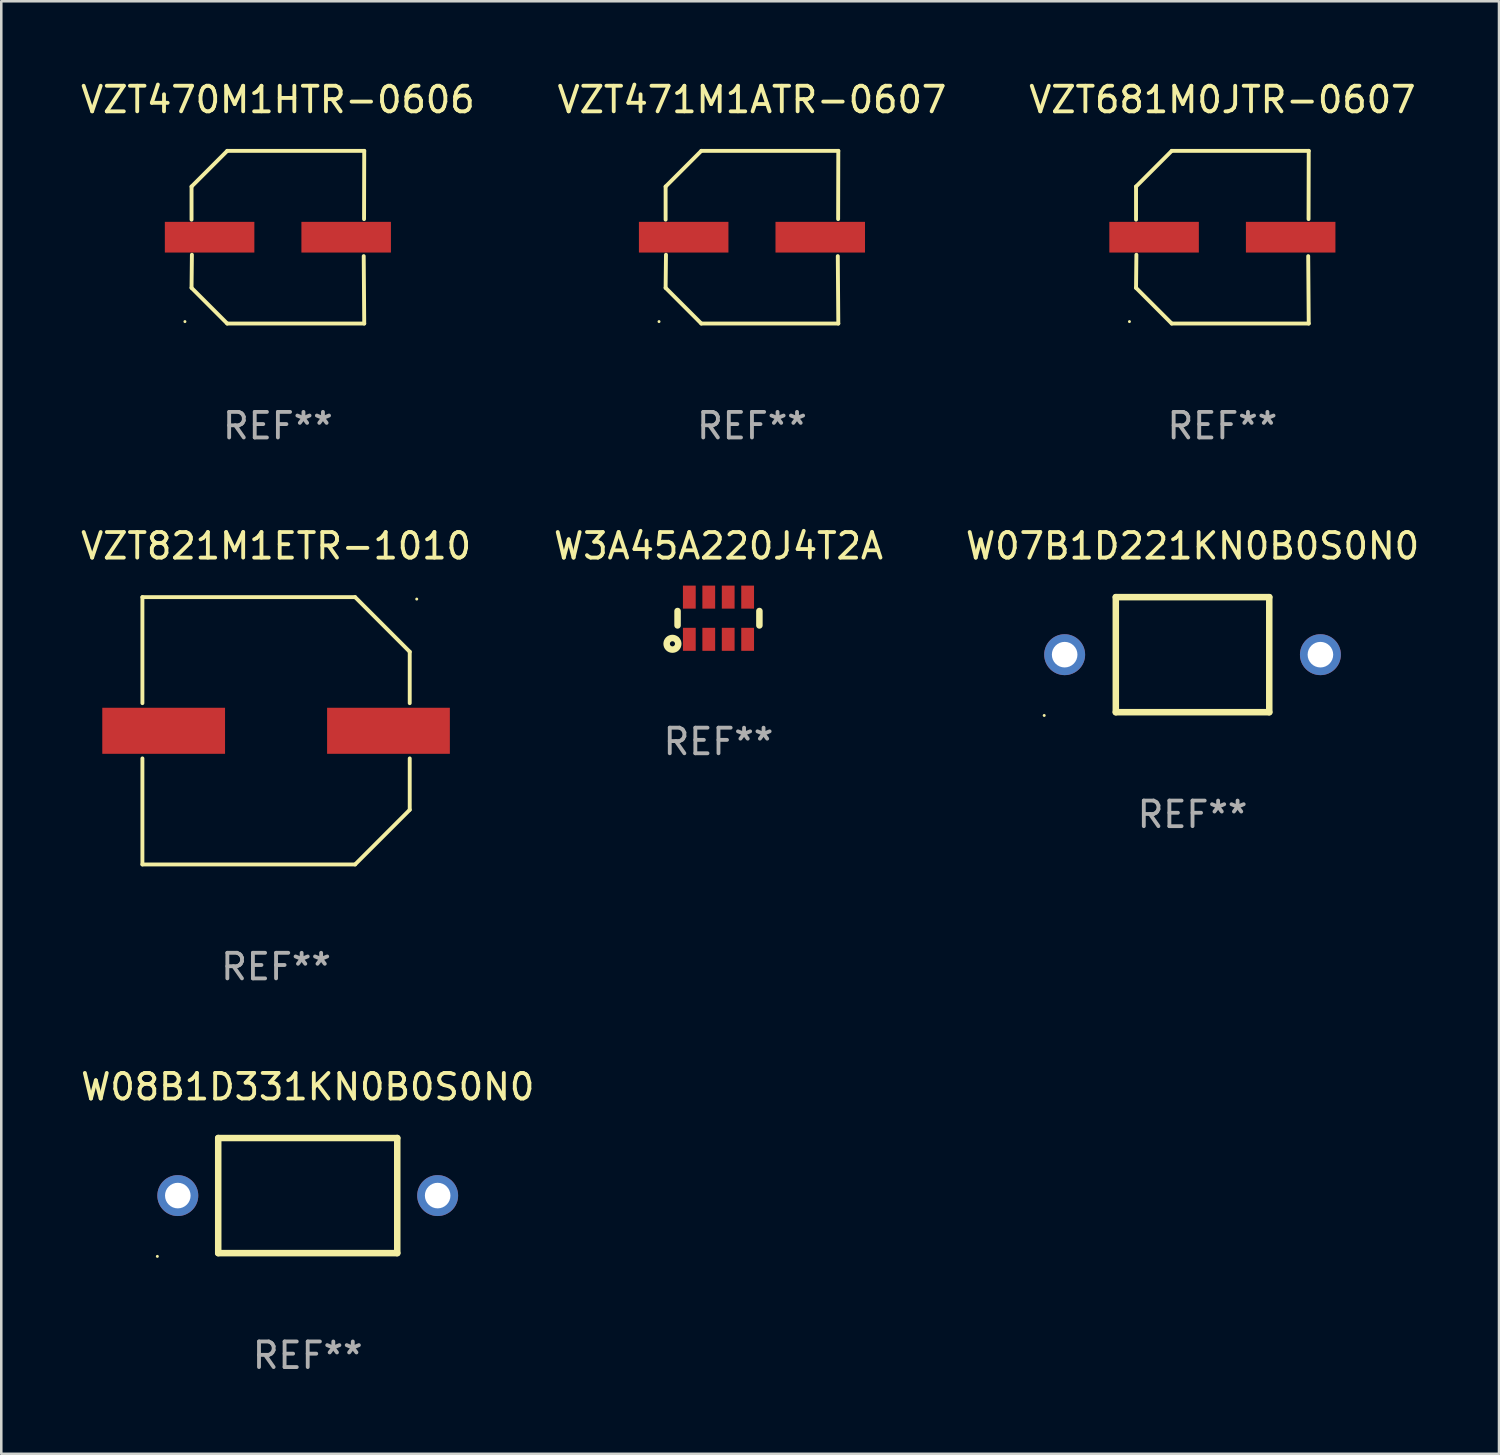
<source format=kicad_pcb>
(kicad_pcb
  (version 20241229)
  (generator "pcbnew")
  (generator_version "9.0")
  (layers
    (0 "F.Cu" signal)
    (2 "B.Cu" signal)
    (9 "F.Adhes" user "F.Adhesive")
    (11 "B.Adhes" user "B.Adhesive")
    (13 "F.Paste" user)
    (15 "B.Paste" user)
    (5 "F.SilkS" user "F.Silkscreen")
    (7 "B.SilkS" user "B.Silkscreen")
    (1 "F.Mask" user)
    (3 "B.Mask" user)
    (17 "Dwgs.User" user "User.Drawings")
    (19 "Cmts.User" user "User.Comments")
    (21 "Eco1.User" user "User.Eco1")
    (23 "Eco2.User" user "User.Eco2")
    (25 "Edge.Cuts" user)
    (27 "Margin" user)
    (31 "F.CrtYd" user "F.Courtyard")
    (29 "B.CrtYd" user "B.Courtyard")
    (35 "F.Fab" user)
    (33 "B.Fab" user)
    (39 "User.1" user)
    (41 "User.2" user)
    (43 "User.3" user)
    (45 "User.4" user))
  (footprint "VZT681M0JTR-0607"
    (layer "F.Cu")
    (at 44.744 6.224)
    (property "Reference" "VZT681M0JTR-0607" (at 0 -5.376 0) (layer "F.SilkS") (effects (font (size 1 1) (thickness 0.15))))
    (attr through_hole)
    (fp_line (start -3.376 -1.98) (end -3.376 -0.686) (stroke (width 0.152) (type solid)) (layer "F.SilkS"))
    (fp_line (start -3.376 1.981) (end -3.362 0.686) (stroke (width 0.152) (type solid)) (layer "F.SilkS"))
    (fp_line (start -1.981 3.376) (end -3.376 1.981) (stroke (width 0.152) (type solid)) (layer "F.SilkS"))
    (fp_line (start -1.98 -3.376) (end -3.376 -1.98) (stroke (width 0.152) (type solid)) (layer "F.SilkS"))
    (fp_line (start 3.356 0.74) (end 3.376 3.376) (stroke (width 0.152) (type solid)) (layer "F.SilkS"))
    (fp_line (start 3.369 -0.707) (end 3.376 -3.376) (stroke (width 0.152) (type solid)) (layer "F.SilkS"))
    (fp_line (start 3.376 3.376) (end -1.981 3.376) (stroke (width 0.152) (type solid)) (layer "F.SilkS"))
    (fp_line (start 3.376 -3.376) (end -1.98 -3.376) (stroke (width 0.152) (type solid)) (layer "F.SilkS"))
    (fp_circle (center -3.634 3.3) (end -3.604 3.3) (stroke (width 0.06) (type solid)) (fill no) (layer "F.SilkS"))
    (fp_text user "REF**" (at 0 7.376 0) (layer "F.Fab") (effects (font (size 1 1) (thickness 0.15))))
    (pad "1" smd rect (at -2.67 0.000254) (size 3.5 1.2) (layers "F.Cu" "F.Mask" "F.Paste"))
    (pad "2" smd rect (at 2.67 0.000254) (size 3.5 1.2) (layers "F.Cu" "F.Mask" "F.Paste")))
  (footprint "W07B1D221KN0B0S0N0"
    (layer "F.Cu")
    (at 43.577 22.547)
    (property "Reference" "W07B1D221KN0B0S0N0" (at 0 -4.25 0) (layer "F.SilkS") (effects (font (size 1 1) (thickness 0.15))))
    (attr through_hole)
    (fp_line (start -3 -2.25) (end 3 -2.25) (stroke (width 0.254) (type solid)) (layer "F.SilkS"))
    (fp_line (start -3 2.25) (end -3 -2.25) (stroke (width 0.254) (type solid)) (layer "F.SilkS"))
    (fp_line (start 3 -2.25) (end 3 2.25) (stroke (width 0.254) (type solid)) (layer "F.SilkS"))
    (fp_line (start 3 2.25) (end -3 2.25) (stroke (width 0.254) (type solid)) (layer "F.SilkS"))
    (fp_circle (center -5.8 2.377) (end -5.77 2.377) (stroke (width 0.06) (type solid)) (fill no) (layer "F.SilkS"))
    (fp_text user "REF**" (at 0 6.25 0) (layer "F.Fab") (effects (font (size 1 1) (thickness 0.15))))
    (pad "1" thru_hole circle (at -5 0) (size 1.6 1.6) (drill 1) (layers "*.Cu" "*.Mask"))
    (pad "2" thru_hole circle (at 5 0) (size 1.6 1.6) (drill 1) (layers "*.Cu" "*.Mask")))
  (footprint "W08B1D331KN0B0S0N0"
    (layer "F.Cu")
    (at 8.982 43.696)
    (property "Reference" "W08B1D331KN0B0S0N0" (at 0 -4.25 0) (layer "F.SilkS") (effects (font (size 1 1) (thickness 0.15))))
    (attr through_hole)
    (fp_line (start -3.5 -2.25) (end 3.5 -2.25) (stroke (width 0.254) (type solid)) (layer "F.SilkS"))
    (fp_line (start -3.5 2.25) (end -3.5 -2.25) (stroke (width 0.254) (type solid)) (layer "F.SilkS"))
    (fp_line (start 3.5 -2.25) (end 3.5 2.25) (stroke (width 0.254) (type solid)) (layer "F.SilkS"))
    (fp_line (start 3.5 2.25) (end -3.5 2.25) (stroke (width 0.254) (type solid)) (layer "F.SilkS"))
    (fp_circle (center -5.88 2.377) (end -5.85 2.377) (stroke (width 0.06) (type solid)) (fill no) (layer "F.SilkS"))
    (fp_text user "REF**" (at 0 6.25 0) (layer "F.Fab") (effects (font (size 1 1) (thickness 0.15))))
    (pad "1" thru_hole circle (at -5.08 0) (size 1.6 1.6) (drill 1) (layers "*.Cu" "*.Mask"))
    (pad "2" thru_hole circle (at 5.08 0) (size 1.6 1.6) (drill 1) (layers "*.Cu" "*.Mask")))
  (footprint "VZT470M1HTR-0606"
    (layer "F.Cu")
    (at 7.815 6.224)
    (property "Reference" "VZT470M1HTR-0606" (at 0 -5.376 0) (layer "F.SilkS") (effects (font (size 1 1) (thickness 0.15))))
    (attr through_hole)
    (fp_line (start -3.376 -1.98) (end -3.376 -0.686) (stroke (width 0.152) (type solid)) (layer "F.SilkS"))
    (fp_line (start -3.376 1.981) (end -3.362 0.686) (stroke (width 0.152) (type solid)) (layer "F.SilkS"))
    (fp_line (start -1.981 3.376) (end -3.376 1.981) (stroke (width 0.152) (type solid)) (layer "F.SilkS"))
    (fp_line (start -1.98 -3.376) (end -3.376 -1.98) (stroke (width 0.152) (type solid)) (layer "F.SilkS"))
    (fp_line (start 3.356 0.74) (end 3.376 3.376) (stroke (width 0.152) (type solid)) (layer "F.SilkS"))
    (fp_line (start 3.369 -0.707) (end 3.376 -3.376) (stroke (width 0.152) (type solid)) (layer "F.SilkS"))
    (fp_line (start 3.376 3.376) (end -1.981 3.376) (stroke (width 0.152) (type solid)) (layer "F.SilkS"))
    (fp_line (start 3.376 -3.376) (end -1.98 -3.376) (stroke (width 0.152) (type solid)) (layer "F.SilkS"))
    (fp_circle (center -3.634 3.3) (end -3.604 3.3) (stroke (width 0.06) (type solid)) (fill no) (layer "F.SilkS"))
    (fp_text user "REF**" (at 0 7.376 0) (layer "F.Fab") (effects (font (size 1 1) (thickness 0.15))))
    (pad "1" smd rect (at -2.67 0.000254) (size 3.5 1.2) (layers "F.Cu" "F.Mask" "F.Paste"))
    (pad "2" smd rect (at 2.67 0.000254) (size 3.5 1.2) (layers "F.Cu" "F.Mask" "F.Paste")))
  (footprint "VZT471M1ATR-0607"
    (layer "F.Cu")
    (at 26.351 6.224)
    (property "Reference" "VZT471M1ATR-0607" (at 0 -5.376 0) (layer "F.SilkS") (effects (font (size 1 1) (thickness 0.15))))
    (attr through_hole)
    (fp_line (start -3.376 -1.98) (end -3.376 -0.686) (stroke (width 0.152) (type solid)) (layer "F.SilkS"))
    (fp_line (start -3.376 1.981) (end -3.362 0.686) (stroke (width 0.152) (type solid)) (layer "F.SilkS"))
    (fp_line (start -1.981 3.376) (end -3.376 1.981) (stroke (width 0.152) (type solid)) (layer "F.SilkS"))
    (fp_line (start -1.98 -3.376) (end -3.376 -1.98) (stroke (width 0.152) (type solid)) (layer "F.SilkS"))
    (fp_line (start 3.356 0.74) (end 3.376 3.376) (stroke (width 0.152) (type solid)) (layer "F.SilkS"))
    (fp_line (start 3.369 -0.707) (end 3.376 -3.376) (stroke (width 0.152) (type solid)) (layer "F.SilkS"))
    (fp_line (start 3.376 3.376) (end -1.981 3.376) (stroke (width 0.152) (type solid)) (layer "F.SilkS"))
    (fp_line (start 3.376 -3.376) (end -1.98 -3.376) (stroke (width 0.152) (type solid)) (layer "F.SilkS"))
    (fp_circle (center -3.634 3.3) (end -3.604 3.3) (stroke (width 0.06) (type solid)) (fill no) (layer "F.SilkS"))
    (fp_text user "REF**" (at 0 7.376 0) (layer "F.Fab") (effects (font (size 1 1) (thickness 0.15))))
    (pad "1" smd rect (at -2.67 0.000254) (size 3.5 1.2) (layers "F.Cu" "F.Mask" "F.Paste"))
    (pad "2" smd rect (at 2.67 0.000254) (size 3.5 1.2) (layers "F.Cu" "F.Mask" "F.Paste")))
  (footprint "W3A45A220J4T2A"
    (layer "F.Cu")
    (at 25.042 21.122)
    (property "Reference" "W3A45A220J4T2A" (at 0 -2.825 0) (layer "F.SilkS") (effects (font (size 1 1) (thickness 0.15))))
    (attr through_hole)
    (fp_line (start -1.6 -0.282) (end -1.6 0.282) (stroke (width 0.254) (type solid)) (layer "F.SilkS"))
    (fp_line (start 1.6 -0.282) (end 1.6 0.282) (stroke (width 0.254) (type solid)) (layer "F.SilkS"))
    (fp_circle (center -1.8 1) (end -1.7 1) (stroke (width 0.254) (type solid)) (fill no) (layer "F.SilkS"))
    (fp_circle (center -1.6 0.8) (end -1.57 0.8) (stroke (width 0.06) (type solid)) (fill no) (layer "F.SilkS"))
    (fp_text user "REF**" (at 0 4.825 0) (layer "F.Fab") (effects (font (size 1 1) (thickness 0.15))))
    (pad "1" smd rect (at -1.14 0.825 90) (size 0.9 0.5) (layers "F.Cu" "F.Mask" "F.Paste"))
    (pad "2" smd rect (at -0.38 0.825 90) (size 0.9 0.5) (layers "F.Cu" "F.Mask" "F.Paste"))
    (pad "3" smd rect (at 0.38 0.825 90) (size 0.9 0.5) (layers "F.Cu" "F.Mask" "F.Paste"))
    (pad "4" smd rect (at 1.14 0.825 90) (size 0.9 0.5) (layers "F.Cu" "F.Mask" "F.Paste"))
    (pad "5" smd rect (at 1.14 -0.825 90) (size 0.9 0.5) (layers "F.Cu" "F.Mask" "F.Paste"))
    (pad "6" smd rect (at 0.38 -0.825 90) (size 0.9 0.5) (layers "F.Cu" "F.Mask" "F.Paste"))
    (pad "7" smd rect (at -0.38 -0.825 90) (size 0.9 0.5) (layers "F.Cu" "F.Mask" "F.Paste"))
    (pad "8" smd rect (at -1.14 -0.825 90) (size 0.9 0.5) (layers "F.Cu" "F.Mask" "F.Paste")))
  (footprint "VZT821M1ETR-1010"
    (layer "F.Cu")
    (at 7.744 25.523)
    (property "Reference" "VZT821M1ETR-1010" (at 0 -7.226 0) (layer "F.SilkS") (effects (font (size 1 1) (thickness 0.15))))
    (attr through_hole)
    (fp_line (start -5.226 -5.226) (end -5.226 -1.08) (stroke (width 0.152) (type solid)) (layer "F.SilkS"))
    (fp_line (start -5.226 -5.226) (end 3.09 -5.226) (stroke (width 0.152) (type solid)) (layer "F.SilkS"))
    (fp_line (start -5.226 1.08) (end -5.226 5.226) (stroke (width 0.152) (type solid)) (layer "F.SilkS"))
    (fp_line (start -5.226 5.226) (end 3.09 5.226) (stroke (width 0.152) (type solid)) (layer "F.SilkS"))
    (fp_line (start 3.09 -5.226) (end 5.226 -3.09) (stroke (width 0.152) (type solid)) (layer "F.SilkS"))
    (fp_line (start 3.09 5.226) (end 5.226 3.09) (stroke (width 0.152) (type solid)) (layer "F.SilkS"))
    (fp_line (start 5.226 -1.08) (end 5.226 -3.09) (stroke (width 0.152) (type solid)) (layer "F.SilkS"))
    (fp_line (start 5.226 3.09) (end 5.226 1.08) (stroke (width 0.152) (type solid)) (layer "F.SilkS"))
    (fp_circle (center 5.5 -5.15) (end 5.53 -5.15) (stroke (width 0.06) (type solid)) (fill no) (layer "F.SilkS"))
    (fp_text user "REF**" (at 0 9.226 0) (layer "F.Fab") (effects (font (size 1 1) (thickness 0.15))))
    (pad "1" smd rect (at 4.395 0 180) (size 4.8 1.8) (layers "F.Cu" "F.Mask" "F.Paste"))
    (pad "2" smd rect (at -4.395 0 180) (size 4.8 1.8) (layers "F.Cu" "F.Mask" "F.Paste")))
  (gr_rect
    (start -3 -3)
    (end 55.56 53.794)
    (stroke (width 0.1) (type default))
    (fill no)
    (layer "Edge.Cuts")))
</source>
